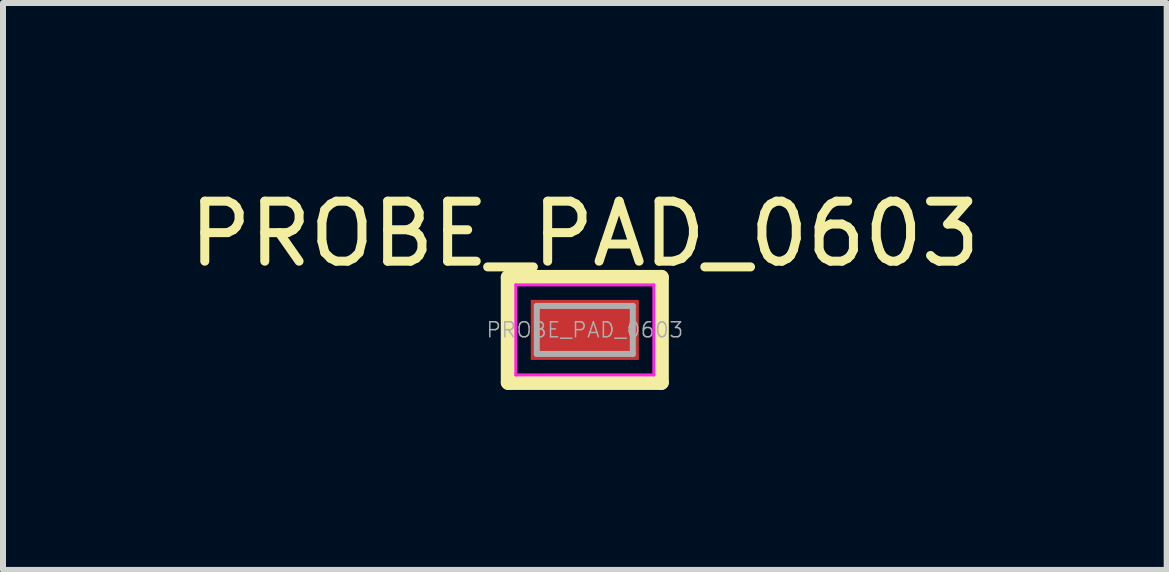
<source format=kicad_pcb>
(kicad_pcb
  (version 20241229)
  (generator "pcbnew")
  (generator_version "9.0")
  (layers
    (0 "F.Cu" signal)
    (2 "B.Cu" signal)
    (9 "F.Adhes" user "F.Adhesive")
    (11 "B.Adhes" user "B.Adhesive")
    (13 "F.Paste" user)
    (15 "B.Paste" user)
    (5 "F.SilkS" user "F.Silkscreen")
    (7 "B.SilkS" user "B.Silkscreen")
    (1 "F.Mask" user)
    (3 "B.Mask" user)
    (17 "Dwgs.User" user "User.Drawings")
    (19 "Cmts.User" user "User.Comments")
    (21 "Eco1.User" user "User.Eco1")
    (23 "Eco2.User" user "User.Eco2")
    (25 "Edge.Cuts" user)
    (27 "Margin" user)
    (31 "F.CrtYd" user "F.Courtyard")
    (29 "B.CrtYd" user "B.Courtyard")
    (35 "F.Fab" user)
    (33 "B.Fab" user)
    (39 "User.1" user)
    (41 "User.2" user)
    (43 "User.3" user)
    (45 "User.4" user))
  (footprint "PROBE_PAD_0603"
    (layer "F.Cu")
    (at 6.696 2.448)
    (property "Reference" "PROBE_PAD_0603" (at 0 -1.6 0) (layer "F.SilkS") (effects (font (size 1 1) (thickness 0.15))))
    (attr smd)
    (fp_line (start -1.275 -0.875) (end 1.275 -0.875) (stroke (width 0.25) (type solid)) (layer "F.SilkS"))
    (fp_line (start -1.275 0.875) (end -1.275 -0.875) (stroke (width 0.25) (type solid)) (layer "F.SilkS"))
    (fp_line (start 1.275 -0.875) (end 1.275 0.875) (stroke (width 0.25) (type solid)) (layer "F.SilkS"))
    (fp_line (start 1.275 0.875) (end -1.275 0.875) (stroke (width 0.25) (type solid)) (layer "F.SilkS"))
    (fp_line (start -1.15 -0.75) (end -1.15 0.75) (stroke (width 0.05) (type solid)) (layer "F.CrtYd"))
    (fp_line (start 1.15 -0.75) (end -1.15 -0.75) (stroke (width 0.05) (type solid)) (layer "F.CrtYd"))
    (fp_line (start 1.15 -0.75) (end 1.15 0.75) (stroke (width 0.05) (type solid)) (layer "F.CrtYd"))
    (fp_line (start 1.15 0.75) (end -1.15 0.75) (stroke (width 0.05) (type solid)) (layer "F.CrtYd"))
    (fp_line (start -0.8 -0.4) (end 0.8 -0.4) (stroke (width 0.1) (type solid)) (layer "F.Fab"))
    (fp_line (start -0.8 0.4) (end -0.8 -0.4) (stroke (width 0.1) (type solid)) (layer "F.Fab"))
    (fp_line (start -0.8 0.4) (end 0.8 0.4) (stroke (width 0.1) (type solid)) (layer "F.Fab"))
    (fp_line (start 0.8 0.4) (end 0.8 -0.4) (stroke (width 0.1) (type solid)) (layer "F.Fab"))
    (fp_text user "${REFERENCE}" (at 0 0 0) (layer "F.Fab") (effects (font (size 0.25 0.25) (thickness 0.025))))
    (pad "1" smd rect (at 0 0) (size 1.8 1) (layers "F.Cu" "F.Mask" "F.Paste")))
  (gr_rect
    (start -3 -3)
    (end 16.393 6.448)
    (stroke (width 0.1) (type default))
    (fill no)
    (layer "Edge.Cuts")))
</source>
